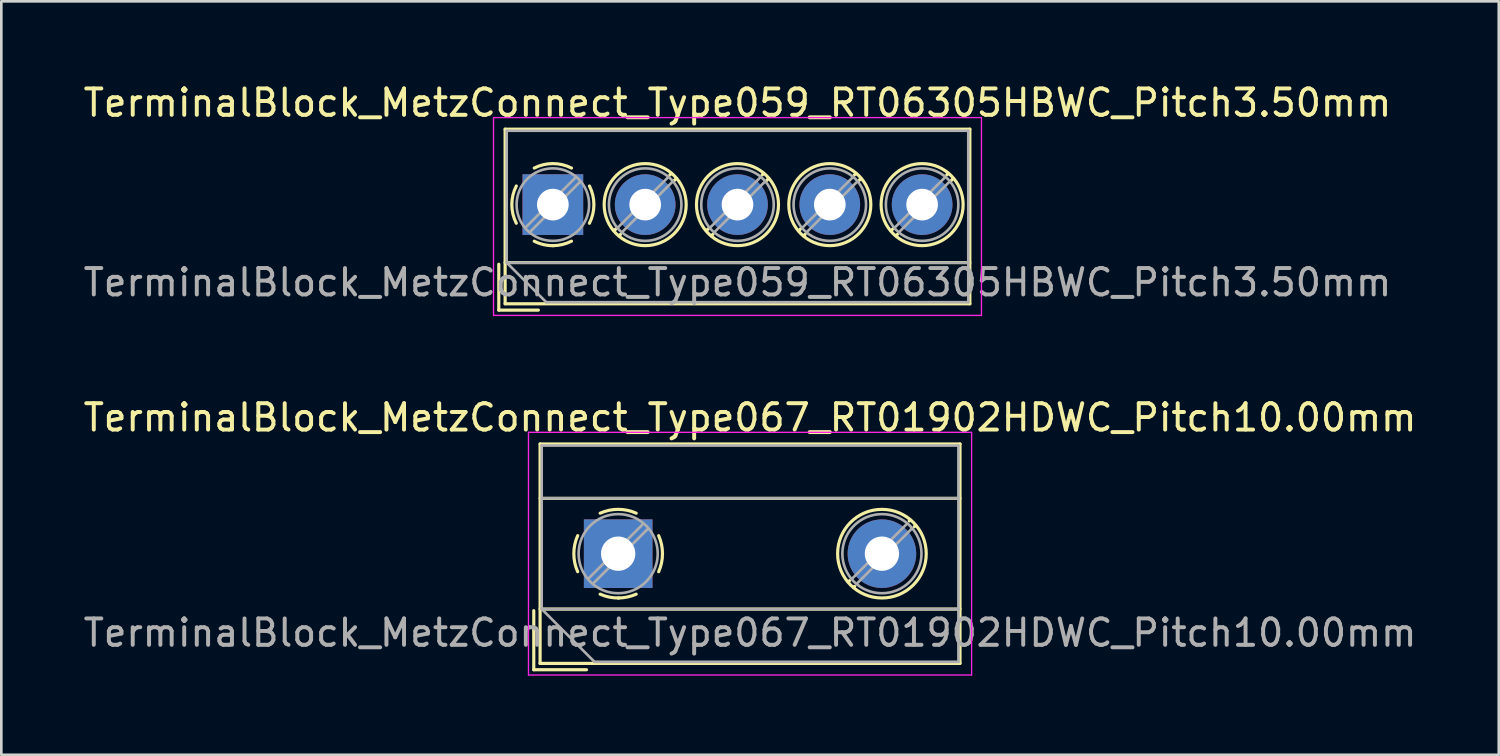
<source format=kicad_pcb>
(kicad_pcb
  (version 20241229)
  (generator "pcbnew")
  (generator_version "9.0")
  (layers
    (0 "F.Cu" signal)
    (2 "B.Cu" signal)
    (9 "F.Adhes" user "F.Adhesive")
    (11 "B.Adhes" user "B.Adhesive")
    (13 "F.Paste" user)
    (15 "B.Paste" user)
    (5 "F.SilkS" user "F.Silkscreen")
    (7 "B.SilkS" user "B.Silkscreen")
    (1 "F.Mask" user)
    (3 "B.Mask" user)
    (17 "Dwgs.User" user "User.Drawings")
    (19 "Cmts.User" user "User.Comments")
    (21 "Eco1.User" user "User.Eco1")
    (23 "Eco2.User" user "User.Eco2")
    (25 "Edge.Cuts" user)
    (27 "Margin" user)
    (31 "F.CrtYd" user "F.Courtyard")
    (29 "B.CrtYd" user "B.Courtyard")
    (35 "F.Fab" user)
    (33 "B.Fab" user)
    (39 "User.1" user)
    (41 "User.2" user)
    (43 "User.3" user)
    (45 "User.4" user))
  (footprint "TerminalBlock_MetzConnect_Type059_RT06305HBWC_Pitch3.50mm"
    (layer "F.Cu")
    (at 17.911 4.708)
    (property "Reference" "TerminalBlock_MetzConnect_Type059_RT06305HBWC_Pitch3.50mm" (at 7 -3.86 0) (layer "F.SilkS") (effects (font (size 1 1) (thickness 0.15))))
    (attr through_hole)
    (fp_line (start -2.05 2.26) (end -2.05 4) (stroke (width 0.12) (type solid)) (layer "F.SilkS"))
    (fp_line (start -2.05 4) (end -0.55 4) (stroke (width 0.12) (type solid)) (layer "F.SilkS"))
    (fp_line (start -1.81 -2.86) (end -1.81 3.76) (stroke (width 0.12) (type solid)) (layer "F.SilkS"))
    (fp_line (start -1.81 2.2) (end 15.81 2.2) (stroke (width 0.12) (type solid)) (layer "F.SilkS"))
    (fp_line (start -1.81 3.76) (end 15.81 3.76) (stroke (width 0.12) (type solid)) (layer "F.SilkS"))
    (fp_line (start 2.397 0.914) (end 2.321 0.99) (stroke (width 0.12) (type solid)) (layer "F.SilkS"))
    (fp_line (start 2.565 1.125) (end 2.511 1.18) (stroke (width 0.12) (type solid)) (layer "F.SilkS"))
    (fp_line (start 4.49 -1.18) (end 4.436 -1.126) (stroke (width 0.12) (type solid)) (layer "F.SilkS"))
    (fp_line (start 4.68 -0.99) (end 4.604 -0.914) (stroke (width 0.12) (type solid)) (layer "F.SilkS"))
    (fp_line (start 5.897 0.914) (end 5.821 0.99) (stroke (width 0.12) (type solid)) (layer "F.SilkS"))
    (fp_line (start 6.065 1.125) (end 6.011 1.18) (stroke (width 0.12) (type solid)) (layer "F.SilkS"))
    (fp_line (start 7.99 -1.18) (end 7.936 -1.126) (stroke (width 0.12) (type solid)) (layer "F.SilkS"))
    (fp_line (start 8.18 -0.99) (end 8.104 -0.914) (stroke (width 0.12) (type solid)) (layer "F.SilkS"))
    (fp_line (start 9.397 0.914) (end 9.321 0.99) (stroke (width 0.12) (type solid)) (layer "F.SilkS"))
    (fp_line (start 9.565 1.125) (end 9.511 1.18) (stroke (width 0.12) (type solid)) (layer "F.SilkS"))
    (fp_line (start 11.49 -1.18) (end 11.436 -1.126) (stroke (width 0.12) (type solid)) (layer "F.SilkS"))
    (fp_line (start 11.68 -0.99) (end 11.604 -0.914) (stroke (width 0.12) (type solid)) (layer "F.SilkS"))
    (fp_line (start 12.897 0.914) (end 12.821 0.99) (stroke (width 0.12) (type solid)) (layer "F.SilkS"))
    (fp_line (start 13.065 1.125) (end 13.011 1.18) (stroke (width 0.12) (type solid)) (layer "F.SilkS"))
    (fp_line (start 14.99 -1.18) (end 14.936 -1.126) (stroke (width 0.12) (type solid)) (layer "F.SilkS"))
    (fp_line (start 15.18 -0.99) (end 15.104 -0.914) (stroke (width 0.12) (type solid)) (layer "F.SilkS"))
    (fp_line (start 15.81 -2.86) (end -1.81 -2.86) (stroke (width 0.12) (type solid)) (layer "F.SilkS"))
    (fp_line (start 15.81 3.76) (end 15.81 -2.86) (stroke (width 0.12) (type solid)) (layer "F.SilkS"))
    (fp_arc (start -1.386645 0.705733) (mid -1.555906 -0.000711) (end -1.386 -0.707) (stroke (width 0.12) (type solid)) (layer "F.SilkS"))
    (fp_arc (start -0.705733 -1.386645) (mid 0.000711 -1.555906) (end 0.707 -1.386) (stroke (width 0.12) (type solid)) (layer "F.SilkS"))
    (fp_arc (start 0.026444 1.555682) (mid -0.350695 1.515869) (end -0.707 1.386) (stroke (width 0.12) (type solid)) (layer "F.SilkS"))
    (fp_arc (start 0.705955 1.385515) (mid 0.363007 1.512035) (end 0 1.555) (stroke (width 0.12) (type solid)) (layer "F.SilkS"))
    (fp_arc (start 1.386645 -0.705733) (mid 1.555906 0.000711) (end 1.386 0.707) (stroke (width 0.12) (type solid)) (layer "F.SilkS"))
    (fp_circle (center 3.5 0) (end 5.055 0) (stroke (width 0.12) (type solid)) (fill no) (layer "F.SilkS"))
    (fp_circle (center 7 0) (end 8.555 0) (stroke (width 0.12) (type solid)) (fill no) (layer "F.SilkS"))
    (fp_circle (center 10.5 0) (end 12.055 0) (stroke (width 0.12) (type solid)) (fill no) (layer "F.SilkS"))
    (fp_circle (center 14 0) (end 15.555 0) (stroke (width 0.12) (type solid)) (fill no) (layer "F.SilkS"))
    (fp_line (start -2.25 -3.3) (end -2.25 4.2) (stroke (width 0.05) (type solid)) (layer "F.CrtYd"))
    (fp_line (start -2.25 4.2) (end 16.25 4.2) (stroke (width 0.05) (type solid)) (layer "F.CrtYd"))
    (fp_line (start 16.25 -3.3) (end -2.25 -3.3) (stroke (width 0.05) (type solid)) (layer "F.CrtYd"))
    (fp_line (start 16.25 4.2) (end 16.25 -3.3) (stroke (width 0.05) (type solid)) (layer "F.CrtYd"))
    (fp_line (start -1.75 -2.8) (end 15.75 -2.8) (stroke (width 0.1) (type solid)) (layer "F.Fab"))
    (fp_line (start -1.75 2.2) (end -1.75 -2.8) (stroke (width 0.1) (type solid)) (layer "F.Fab"))
    (fp_line (start -1.75 2.2) (end 15.75 2.2) (stroke (width 0.1) (type solid)) (layer "F.Fab"))
    (fp_line (start -0.25 3.7) (end -1.75 2.2) (stroke (width 0.1) (type solid)) (layer "F.Fab"))
    (fp_line (start 0.876 -1.043) (end -1.043 0.875) (stroke (width 0.1) (type solid)) (layer "F.Fab"))
    (fp_line (start 1.043 -0.875) (end -0.876 1.043) (stroke (width 0.1) (type solid)) (layer "F.Fab"))
    (fp_line (start 4.376 -1.043) (end 2.458 0.875) (stroke (width 0.1) (type solid)) (layer "F.Fab"))
    (fp_line (start 4.543 -0.875) (end 2.625 1.043) (stroke (width 0.1) (type solid)) (layer "F.Fab"))
    (fp_line (start 7.876 -1.043) (end 5.958 0.875) (stroke (width 0.1) (type solid)) (layer "F.Fab"))
    (fp_line (start 8.043 -0.875) (end 6.125 1.043) (stroke (width 0.1) (type solid)) (layer "F.Fab"))
    (fp_line (start 11.376 -1.043) (end 9.458 0.875) (stroke (width 0.1) (type solid)) (layer "F.Fab"))
    (fp_line (start 11.543 -0.875) (end 9.625 1.043) (stroke (width 0.1) (type solid)) (layer "F.Fab"))
    (fp_line (start 14.876 -1.043) (end 12.958 0.875) (stroke (width 0.1) (type solid)) (layer "F.Fab"))
    (fp_line (start 15.043 -0.875) (end 13.125 1.043) (stroke (width 0.1) (type solid)) (layer "F.Fab"))
    (fp_line (start 15.75 -2.8) (end 15.75 3.7) (stroke (width 0.1) (type solid)) (layer "F.Fab"))
    (fp_line (start 15.75 3.7) (end -0.25 3.7) (stroke (width 0.1) (type solid)) (layer "F.Fab"))
    (fp_circle (center 0 0) (end 1.375 0) (stroke (width 0.1) (type solid)) (fill no) (layer "F.Fab"))
    (fp_circle (center 3.5 0) (end 4.875 0) (stroke (width 0.1) (type solid)) (fill no) (layer "F.Fab"))
    (fp_circle (center 7 0) (end 8.375 0) (stroke (width 0.1) (type solid)) (fill no) (layer "F.Fab"))
    (fp_circle (center 10.5 0) (end 11.875 0) (stroke (width 0.1) (type solid)) (fill no) (layer "F.Fab"))
    (fp_circle (center 14 0) (end 15.375 0) (stroke (width 0.1) (type solid)) (fill no) (layer "F.Fab"))
    (fp_text user "${REFERENCE}" (at 7 2.95 0) (layer "F.Fab") (effects (font (size 1 1) (thickness 0.15))))
    (pad "1" thru_hole rect (at 0 0) (size 2.3 2.3) (drill 1.2) (layers "*.Cu" "*.Mask"))
    (pad "2" thru_hole circle (at 3.5 0) (size 2.3 2.3) (drill 1.2) (layers "*.Cu" "*.Mask"))
    (pad "3" thru_hole circle (at 7 0) (size 2.3 2.3) (drill 1.2) (layers "*.Cu" "*.Mask"))
    (pad "4" thru_hole circle (at 10.5 0) (size 2.3 2.3) (drill 1.2) (layers "*.Cu" "*.Mask"))
    (pad "5" thru_hole circle (at 14 0) (size 2.3 2.3) (drill 1.2) (layers "*.Cu" "*.Mask")))
  (footprint "TerminalBlock_MetzConnect_Type067_RT01902HDWC_Pitch10.00mm"
    (layer "F.Cu")
    (at 20.387 17.942)
    (property "Reference" "TerminalBlock_MetzConnect_Type067_RT01902HDWC_Pitch10.00mm" (at 5 -5.16 0) (layer "F.SilkS") (effects (font (size 1 1) (thickness 0.15))))
    (attr through_hole)
    (fp_line (start -3.2 2.16) (end -3.2 4.4) (stroke (width 0.12) (type solid)) (layer "F.SilkS"))
    (fp_line (start -3.2 4.4) (end -1.2 4.4) (stroke (width 0.12) (type solid)) (layer "F.SilkS"))
    (fp_line (start -2.96 -4.16) (end -2.96 4.16) (stroke (width 0.12) (type solid)) (layer "F.SilkS"))
    (fp_line (start -2.96 -2.1) (end 12.96 -2.1) (stroke (width 0.12) (type solid)) (layer "F.SilkS"))
    (fp_line (start -2.96 2.1) (end 12.96 2.1) (stroke (width 0.12) (type solid)) (layer "F.SilkS"))
    (fp_line (start -2.96 4.16) (end 12.96 4.16) (stroke (width 0.12) (type solid)) (layer "F.SilkS"))
    (fp_line (start 8.773 1.023) (end 8.726 1.069) (stroke (width 0.12) (type solid)) (layer "F.SilkS"))
    (fp_line (start 8.966 1.239) (end 8.931 1.274) (stroke (width 0.12) (type solid)) (layer "F.SilkS"))
    (fp_line (start 11.07 -1.275) (end 11.035 -1.239) (stroke (width 0.12) (type solid)) (layer "F.SilkS"))
    (fp_line (start 11.275 -1.069) (end 11.228 -1.023) (stroke (width 0.12) (type solid)) (layer "F.SilkS"))
    (fp_line (start 12.96 -4.16) (end -2.96 -4.16) (stroke (width 0.12) (type solid)) (layer "F.SilkS"))
    (fp_line (start 12.96 4.16) (end 12.96 -4.16) (stroke (width 0.12) (type solid)) (layer "F.SilkS"))
    (fp_arc (start -1.535427 0.683042) (mid -1.680501 -0.000524) (end -1.535 -0.684) (stroke (width 0.12) (type solid)) (layer "F.SilkS"))
    (fp_arc (start -0.683042 -1.535427) (mid 0.000524 -1.680501) (end 0.684 -1.535) (stroke (width 0.12) (type solid)) (layer "F.SilkS"))
    (fp_arc (start 0.028805 1.680253) (mid -0.335551 1.646659) (end -0.684 1.535) (stroke (width 0.12) (type solid)) (layer "F.SilkS"))
    (fp_arc (start 0.683318 1.534756) (mid 0.349292 1.643288) (end 0 1.68) (stroke (width 0.12) (type solid)) (layer "F.SilkS"))
    (fp_arc (start 1.535427 -0.683042) (mid 1.680501 0.000524) (end 1.535 0.684) (stroke (width 0.12) (type solid)) (layer "F.SilkS"))
    (fp_circle (center 10 0) (end 11.68 0) (stroke (width 0.12) (type solid)) (fill no) (layer "F.SilkS"))
    (fp_line (start -3.4 -4.6) (end -3.4 4.6) (stroke (width 0.05) (type solid)) (layer "F.CrtYd"))
    (fp_line (start -3.4 4.6) (end 13.4 4.6) (stroke (width 0.05) (type solid)) (layer "F.CrtYd"))
    (fp_line (start 13.4 -4.6) (end -3.4 -4.6) (stroke (width 0.05) (type solid)) (layer "F.CrtYd"))
    (fp_line (start 13.4 4.6) (end 13.4 -4.6) (stroke (width 0.05) (type solid)) (layer "F.CrtYd"))
    (fp_line (start -2.9 -4.1) (end 12.9 -4.1) (stroke (width 0.1) (type solid)) (layer "F.Fab"))
    (fp_line (start -2.9 -2.1) (end 12.9 -2.1) (stroke (width 0.1) (type solid)) (layer "F.Fab"))
    (fp_line (start -2.9 2.1) (end -2.9 -4.1) (stroke (width 0.1) (type solid)) (layer "F.Fab"))
    (fp_line (start -2.9 2.1) (end 12.9 2.1) (stroke (width 0.1) (type solid)) (layer "F.Fab"))
    (fp_line (start -0.9 4.1) (end -2.9 2.1) (stroke (width 0.1) (type solid)) (layer "F.Fab"))
    (fp_line (start 0.955 -1.138) (end -1.138 0.955) (stroke (width 0.1) (type solid)) (layer "F.Fab"))
    (fp_line (start 1.138 -0.955) (end -0.955 1.138) (stroke (width 0.1) (type solid)) (layer "F.Fab"))
    (fp_line (start 10.955 -1.138) (end 8.863 0.955) (stroke (width 0.1) (type solid)) (layer "F.Fab"))
    (fp_line (start 11.138 -0.955) (end 9.046 1.138) (stroke (width 0.1) (type solid)) (layer "F.Fab"))
    (fp_line (start 12.9 -4.1) (end 12.9 4.1) (stroke (width 0.1) (type solid)) (layer "F.Fab"))
    (fp_line (start 12.9 4.1) (end -0.9 4.1) (stroke (width 0.1) (type solid)) (layer "F.Fab"))
    (fp_circle (center 0 0) (end 1.5 0) (stroke (width 0.1) (type solid)) (fill no) (layer "F.Fab"))
    (fp_circle (center 10 0) (end 11.5 0) (stroke (width 0.1) (type solid)) (fill no) (layer "F.Fab"))
    (fp_text user "${REFERENCE}" (at 5 3 0) (layer "F.Fab") (effects (font (size 1 1) (thickness 0.15))))
    (pad "1" thru_hole rect (at 0 0) (size 2.6 2.6) (drill 1.3) (layers "*.Cu" "*.Mask"))
    (pad "2" thru_hole circle (at 10 0) (size 2.6 2.6) (drill 1.3) (layers "*.Cu" "*.Mask")))
  (gr_rect
    (start -3 -3)
    (end 53.774 25.567)
    (stroke (width 0.1) (type default))
    (fill no)
    (layer "Edge.Cuts")))
</source>
